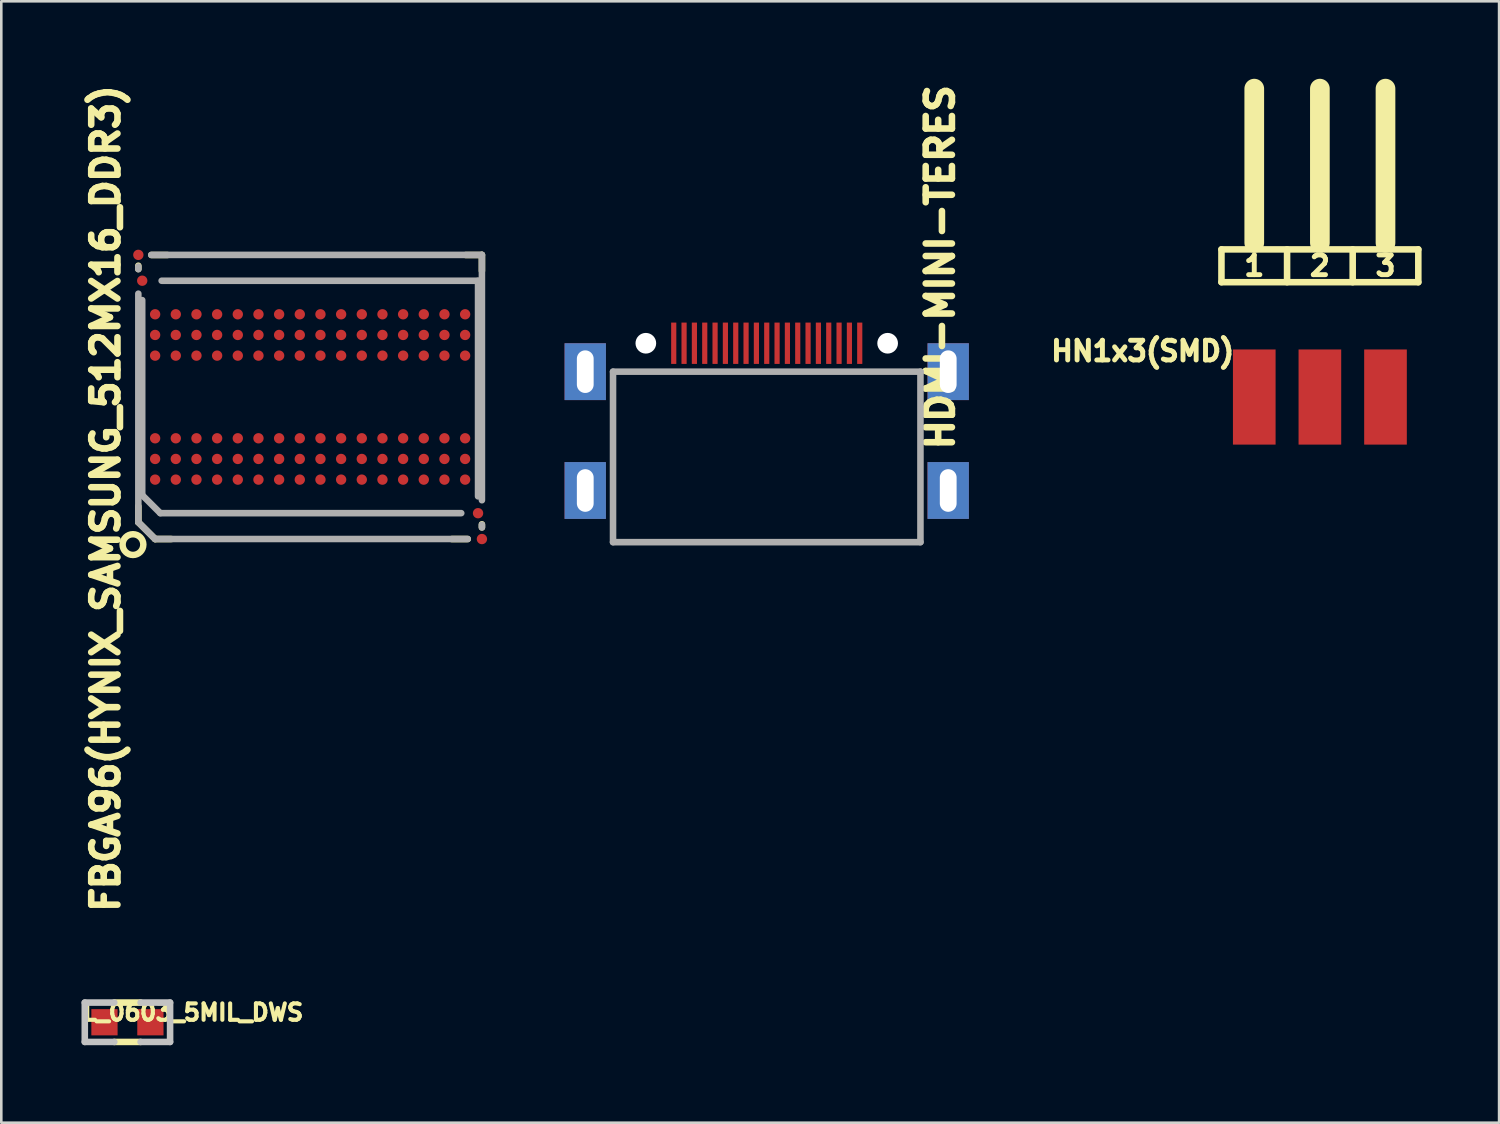
<source format=kicad_pcb>
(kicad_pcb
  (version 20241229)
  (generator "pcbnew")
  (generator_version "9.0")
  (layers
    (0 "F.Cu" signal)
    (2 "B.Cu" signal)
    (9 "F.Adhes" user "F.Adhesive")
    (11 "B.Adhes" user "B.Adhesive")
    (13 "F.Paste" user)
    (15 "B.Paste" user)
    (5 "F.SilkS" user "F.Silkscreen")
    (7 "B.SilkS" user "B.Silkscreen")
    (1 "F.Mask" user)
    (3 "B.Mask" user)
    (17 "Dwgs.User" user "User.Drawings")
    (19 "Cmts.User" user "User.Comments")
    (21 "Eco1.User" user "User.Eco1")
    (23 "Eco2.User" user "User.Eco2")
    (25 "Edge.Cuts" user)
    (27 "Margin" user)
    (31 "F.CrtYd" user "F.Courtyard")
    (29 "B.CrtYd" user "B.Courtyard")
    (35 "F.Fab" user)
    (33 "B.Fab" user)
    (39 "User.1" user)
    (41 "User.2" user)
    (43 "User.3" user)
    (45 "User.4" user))
  (footprint "HN1x3(SMD)"
    (layer "F.Cu")
    (at 48.042 12.319)
    (property "Reference" "HN1x3(SMD)" (at -6.858 -1.778 0) (layer "F.SilkS") (effects (font (size 0.762 0.762) (thickness 0.191))))
    (attr through_hole)
    (fp_line (start -3.81 -5.715) (end 3.81 -5.715) (stroke (width 0.254) (type solid)) (layer "F.SilkS"))
    (fp_line (start -3.81 -4.445) (end -3.81 -5.715) (stroke (width 0.254) (type solid)) (layer "F.SilkS"))
    (fp_line (start -2.54 -5.969) (end -2.54 -11.938) (stroke (width 0.762) (type solid)) (layer "F.SilkS"))
    (fp_line (start -1.27 -5.715) (end -1.27 -4.445) (stroke (width 0.254) (type solid)) (layer "F.SilkS"))
    (fp_line (start 0 -5.969) (end 0 -11.938) (stroke (width 0.762) (type solid)) (layer "F.SilkS"))
    (fp_line (start 1.27 -5.715) (end 1.27 -4.445) (stroke (width 0.254) (type solid)) (layer "F.SilkS"))
    (fp_line (start 2.54 -5.969) (end 2.54 -11.938) (stroke (width 0.762) (type solid)) (layer "F.SilkS"))
    (fp_line (start 3.81 -5.715) (end 3.81 -4.445) (stroke (width 0.254) (type solid)) (layer "F.SilkS"))
    (fp_line (start 3.81 -4.445) (end -3.81 -4.445) (stroke (width 0.254) (type solid)) (layer "F.SilkS"))
    (fp_text user "1" (at -2.54 -5.08 0) (layer "F.SilkS") (effects (font (size 0.762 0.762) (thickness 0.191))))
    (fp_text user "3" (at 2.54 -5.08 0) (layer "F.SilkS") (effects (font (size 0.762 0.762) (thickness 0.191))))
    (fp_text user "2" (at 0 -5.08 0) (layer "F.SilkS") (effects (font (size 0.762 0.762) (thickness 0.191))))
    (pad "1" smd rect (at -2.54 0) (size 1.651 3.683) (layers "F.Cu" "F.Mask" "F.Paste"))
    (pad "2" smd rect (at 0 0) (size 1.651 3.683) (layers "F.Cu" "F.Mask" "F.Paste"))
    (pad "3" smd rect (at 2.54 0) (size 1.651 3.683) (layers "F.Cu" "F.Mask" "F.Paste")))
  (footprint "HDMI-MINI-TERES"
    (layer "F.Cu")
    (at 26.63 17.937)
    (property "Reference" "HDMI-MINI-TERES" (at 6.712 -10.642 90) (layer "F.SilkS") (effects (font (size 1.016 1.016) (thickness 0.254))))
    (attr through_hole)
    (fp_line (start -5.95 -6.6) (end 5.95 -6.6) (stroke (width 0.254) (type solid)) (layer "F.Fab"))
    (fp_line (start -5.95 0) (end -5.95 -6.6) (stroke (width 0.254) (type solid)) (layer "F.Fab"))
    (fp_line (start -5.95 0) (end 5.95 0) (stroke (width 0.254) (type solid)) (layer "F.Fab"))
    (fp_line (start 5.95 0) (end 5.95 -6.6) (stroke (width 0.254) (type solid)) (layer "F.Fab"))
    (pad "" np_thru_hole circle (at -4.68 -7.7) (size 0.8 0.8) (drill 0.8) (layers "*.Cu" "*.Mask"))
    (pad "" np_thru_hole circle (at 4.68 -7.7) (size 0.8 0.8) (drill 0.8) (layers "*.Cu" "*.Mask"))
    (pad "0" thru_hole rect (at -7.025 -6.6) (size 1.6 2.2) (drill oval 0.65 1.65) (layers "*.Cu" "*.Mask"))
    (pad "0" thru_hole rect (at -7.025 -2) (size 1.6 2.2) (drill oval 0.65 1.65) (layers "*.Cu" "*.Mask"))
    (pad "0" thru_hole rect (at 7.025 -6.6) (size 1.6 2.2) (drill oval 0.65 1.65) (layers "*.Cu" "*.Mask"))
    (pad "0" thru_hole rect (at 7.025 -2) (size 1.6 2.2) (drill oval 0.65 1.65) (layers "*.Cu" "*.Mask"))
    (pad "1" smd rect (at 3.6 -7.7) (size 0.2 1.6) (layers "F.Cu" "F.Mask" "F.Paste"))
    (pad "2" smd rect (at 3.2 -7.7) (size 0.2 1.6) (layers "F.Cu" "F.Mask" "F.Paste"))
    (pad "3" smd rect (at 2.8 -7.7) (size 0.2 1.6) (layers "F.Cu" "F.Mask" "F.Paste"))
    (pad "4" smd rect (at 2.4 -7.7) (size 0.2 1.6) (layers "F.Cu" "F.Mask" "F.Paste"))
    (pad "5" smd rect (at 2 -7.7) (size 0.2 1.6) (layers "F.Cu" "F.Mask" "F.Paste"))
    (pad "6" smd rect (at 1.6 -7.7) (size 0.2 1.6) (layers "F.Cu" "F.Mask" "F.Paste"))
    (pad "7" smd rect (at 1.2 -7.7) (size 0.2 1.6) (layers "F.Cu" "F.Mask" "F.Paste"))
    (pad "8" smd rect (at 0.8 -7.7) (size 0.2 1.6) (layers "F.Cu" "F.Mask" "F.Paste"))
    (pad "9" smd rect (at 0.4 -7.7) (size 0.2 1.6) (layers "F.Cu" "F.Mask" "F.Paste"))
    (pad "10" smd rect (at 0 -7.7) (size 0.2 1.6) (layers "F.Cu" "F.Mask" "F.Paste"))
    (pad "11" smd rect (at -0.4 -7.7) (size 0.2 1.6) (layers "F.Cu" "F.Mask" "F.Paste"))
    (pad "12" smd rect (at -0.8 -7.7) (size 0.2 1.6) (layers "F.Cu" "F.Mask" "F.Paste"))
    (pad "13" smd rect (at -1.2 -7.7) (size 0.2 1.6) (layers "F.Cu" "F.Mask" "F.Paste"))
    (pad "14" smd rect (at -1.6 -7.7) (size 0.2 1.6) (layers "F.Cu" "F.Mask" "F.Paste"))
    (pad "15" smd rect (at -2 -7.7) (size 0.2 1.6) (layers "F.Cu" "F.Mask" "F.Paste"))
    (pad "16" smd rect (at -2.4 -7.7) (size 0.2 1.6) (layers "F.Cu" "F.Mask" "F.Paste"))
    (pad "17" smd rect (at -2.8 -7.7) (size 0.2 1.6) (layers "F.Cu" "F.Mask" "F.Paste"))
    (pad "18" smd rect (at -3.2 -7.7) (size 0.2 1.6) (layers "F.Cu" "F.Mask" "F.Paste"))
    (pad "19" smd rect (at -3.6 -7.7) (size 0.2 1.6) (layers "F.Cu" "F.Mask" "F.Paste")))
  (footprint "FBGA96(HYNIX_SAMSUNG_512MX16_DDR3)"
    (layer "F.Cu")
    (at 8.955 12.316)
    (property "Reference" "FBGA96(HYNIX_SAMSUNG_512MX16_DDR3)" (at -7.915 3.929 90) (layer "F.SilkS") (effects (font (size 1.016 1.016) (thickness 0.254))))
    (attr smd)
    (fp_line (start -6.65 -5.08) (end -6.65 -4.95) (stroke (width 0.254) (type solid)) (layer "F.SilkS"))
    (fp_line (start -6.65 4.23) (end -6.65 4.85) (stroke (width 0.254) (type solid)) (layer "F.SilkS"))
    (fp_line (start -6.145 -5.495) (end -5.525 -5.495) (stroke (width 0.254) (type solid)) (layer "F.SilkS"))
    (fp_line (start -6 5.5) (end -6.65 4.85) (stroke (width 0.254) (type solid)) (layer "F.SilkS"))
    (fp_line (start -5.37 5.5) (end -6 5.5) (stroke (width 0.254) (type solid)) (layer "F.SilkS"))
    (fp_line (start 6.025 -5.495) (end 6.645 -5.495) (stroke (width 0.254) (type solid)) (layer "F.SilkS"))
    (fp_line (start 6.1 5.5) (end 5.48 5.5) (stroke (width 0.254) (type solid)) (layer "F.SilkS"))
    (fp_line (start 6.65 -5.5) (end 6.65 -4.88) (stroke (width 0.254) (type solid)) (layer "F.SilkS"))
    (fp_line (start 6.65 4.93) (end 6.65 5.05) (stroke (width 0.254) (type solid)) (layer "F.SilkS"))
    (fp_circle (center -6.858 5.715) (end -6.477 5.588) (stroke (width 0.25) (type solid)) (fill no) (layer "F.SilkS"))
    (fp_line (start -6.65 -5.05) (end -6.65 -4.948) (stroke (width 0.254) (type solid)) (layer "F.Fab"))
    (fp_line (start -6.65 -3.998) (end -6.65 4.849) (stroke (width 0.254) (type solid)) (layer "F.Fab"))
    (fp_line (start -6.65 4.849) (end -5.999 5.499) (stroke (width 0.254) (type solid)) (layer "F.Fab"))
    (fp_line (start -6.5 -3.749) (end -6.5 3.8) (stroke (width 0.254) (type solid)) (layer "F.Fab"))
    (fp_line (start -6.5 3.8) (end -5.799 4.498) (stroke (width 0.254) (type solid)) (layer "F.Fab"))
    (fp_line (start -5.999 5.499) (end 6.099 5.499) (stroke (width 0.254) (type solid)) (layer "F.Fab"))
    (fp_line (start -5.799 4.498) (end 5.85 4.498) (stroke (width 0.254) (type solid)) (layer "F.Fab"))
    (fp_line (start 6.5 -4.498) (end -5.748 -4.498) (stroke (width 0.254) (type solid)) (layer "F.Fab"))
    (fp_line (start 6.5 3.848) (end 6.5 -4.498) (stroke (width 0.254) (type solid)) (layer "F.Fab"))
    (fp_line (start 6.65 -5.499) (end -6.149 -5.499) (stroke (width 0.254) (type solid)) (layer "F.Fab"))
    (fp_line (start 6.65 3.998) (end 6.65 -5.499) (stroke (width 0.254) (type solid)) (layer "F.Fab"))
    (fp_line (start 6.65 5.05) (end 6.65 4.948) (stroke (width 0.254) (type solid)) (layer "F.Fab"))
    (pad "A1" smd circle (at -6 3.2 90) (size 0.4 0.4) (layers "F.Cu" "F.Mask" "F.Paste"))
    (pad "A2" smd circle (at -6 2.4 90) (size 0.4 0.4) (layers "F.Cu" "F.Mask" "F.Paste"))
    (pad "A3" smd circle (at -6 1.6 90) (size 0.4 0.4) (layers "F.Cu" "F.Mask" "F.Paste"))
    (pad "A7" smd circle (at -6 -1.6 90) (size 0.4 0.4) (layers "F.Cu" "F.Mask" "F.Paste"))
    (pad "A8" smd circle (at -6 -2.4 90) (size 0.4 0.4) (layers "F.Cu" "F.Mask" "F.Paste"))
    (pad "A9" smd circle (at -6 -3.2 90) (size 0.4 0.4) (layers "F.Cu" "F.Mask" "F.Paste"))
    (pad "B1" smd circle (at -5.2 3.2 90) (size 0.4 0.4) (layers "F.Cu" "F.Mask" "F.Paste"))
    (pad "B2" smd circle (at -5.2 2.4 90) (size 0.4 0.4) (layers "F.Cu" "F.Mask" "F.Paste"))
    (pad "B3" smd circle (at -5.2 1.6 90) (size 0.4 0.4) (layers "F.Cu" "F.Mask" "F.Paste"))
    (pad "B7" smd circle (at -5.2 -1.6 90) (size 0.4 0.4) (layers "F.Cu" "F.Mask" "F.Paste"))
    (pad "B8" smd circle (at -5.2 -2.4 90) (size 0.4 0.4) (layers "F.Cu" "F.Mask" "F.Paste"))
    (pad "B9" smd circle (at -5.2 -3.2 90) (size 0.4 0.4) (layers "F.Cu" "F.Mask" "F.Paste"))
    (pad "C1" smd circle (at -4.4 3.2 90) (size 0.4 0.4) (layers "F.Cu" "F.Mask" "F.Paste"))
    (pad "C2" smd circle (at -4.4 2.4 90) (size 0.4 0.4) (layers "F.Cu" "F.Mask" "F.Paste"))
    (pad "C3" smd circle (at -4.4 1.6 90) (size 0.4 0.4) (layers "F.Cu" "F.Mask" "F.Paste"))
    (pad "C7" smd circle (at -4.4 -1.6 90) (size 0.4 0.4) (layers "F.Cu" "F.Mask" "F.Paste"))
    (pad "C8" smd circle (at -4.4 -2.4 90) (size 0.4 0.4) (layers "F.Cu" "F.Mask" "F.Paste"))
    (pad "C9" smd circle (at -4.4 -3.2 90) (size 0.4 0.4) (layers "F.Cu" "F.Mask" "F.Paste"))
    (pad "D1" smd circle (at -3.6 3.2 90) (size 0.4 0.4) (layers "F.Cu" "F.Mask" "F.Paste"))
    (pad "D2" smd circle (at -3.6 2.4 90) (size 0.4 0.4) (layers "F.Cu" "F.Mask" "F.Paste"))
    (pad "D3" smd circle (at -3.6 1.6 90) (size 0.4 0.4) (layers "F.Cu" "F.Mask" "F.Paste"))
    (pad "D7" smd circle (at -3.6 -1.6 90) (size 0.4 0.4) (layers "F.Cu" "F.Mask" "F.Paste"))
    (pad "D8" smd circle (at -3.6 -2.4 90) (size 0.4 0.4) (layers "F.Cu" "F.Mask" "F.Paste"))
    (pad "D9" smd circle (at -3.6 -3.2 90) (size 0.4 0.4) (layers "F.Cu" "F.Mask" "F.Paste"))
    (pad "E1" smd circle (at -2.8 3.2 90) (size 0.4 0.4) (layers "F.Cu" "F.Mask" "F.Paste"))
    (pad "E2" smd circle (at -2.8 2.4 90) (size 0.4 0.4) (layers "F.Cu" "F.Mask" "F.Paste"))
    (pad "E3" smd circle (at -2.8 1.6 90) (size 0.4 0.4) (layers "F.Cu" "F.Mask" "F.Paste"))
    (pad "E7" smd circle (at -2.8 -1.6 90) (size 0.4 0.4) (layers "F.Cu" "F.Mask" "F.Paste"))
    (pad "E8" smd circle (at -2.8 -2.4 90) (size 0.4 0.4) (layers "F.Cu" "F.Mask" "F.Paste"))
    (pad "E9" smd circle (at -2.8 -3.2 90) (size 0.4 0.4) (layers "F.Cu" "F.Mask" "F.Paste"))
    (pad "F1" smd circle (at -2 3.2 90) (size 0.4 0.4) (layers "F.Cu" "F.Mask" "F.Paste"))
    (pad "F2" smd circle (at -2 2.4 90) (size 0.4 0.4) (layers "F.Cu" "F.Mask" "F.Paste"))
    (pad "F3" smd circle (at -2 1.6 90) (size 0.4 0.4) (layers "F.Cu" "F.Mask" "F.Paste"))
    (pad "F7" smd circle (at -2 -1.6 90) (size 0.4 0.4) (layers "F.Cu" "F.Mask" "F.Paste"))
    (pad "F8" smd circle (at -2 -2.4 90) (size 0.4 0.4) (layers "F.Cu" "F.Mask" "F.Paste"))
    (pad "F9" smd circle (at -2 -3.2 90) (size 0.4 0.4) (layers "F.Cu" "F.Mask" "F.Paste"))
    (pad "FID1" smd circle (at 6.5 4.5 90) (size 0.4 0.4) (layers "F.Cu" "F.Mask"))
    (pad "FID2" smd circle (at -6.5 -4.5 90) (size 0.4 0.4) (layers "F.Cu" "F.Mask"))
    (pad "FID3" smd circle (at 6.65 5.5 90) (size 0.4 0.4) (layers "F.Cu" "F.Mask"))
    (pad "FID4" smd circle (at -6.65 -5.5 90) (size 0.4 0.4) (layers "F.Cu" "F.Mask"))
    (pad "G1" smd circle (at -1.2 3.2 90) (size 0.4 0.4) (layers "F.Cu" "F.Mask" "F.Paste"))
    (pad "G2" smd circle (at -1.2 2.4 90) (size 0.4 0.4) (layers "F.Cu" "F.Mask" "F.Paste"))
    (pad "G3" smd circle (at -1.2 1.6 90) (size 0.4 0.4) (layers "F.Cu" "F.Mask" "F.Paste"))
    (pad "G7" smd circle (at -1.2 -1.6 90) (size 0.4 0.4) (layers "F.Cu" "F.Mask" "F.Paste"))
    (pad "G8" smd circle (at -1.2 -2.4 90) (size 0.4 0.4) (layers "F.Cu" "F.Mask" "F.Paste"))
    (pad "G9" smd circle (at -1.2 -3.2 90) (size 0.4 0.4) (layers "F.Cu" "F.Mask" "F.Paste"))
    (pad "H1" smd circle (at -0.4 3.2 90) (size 0.4 0.4) (layers "F.Cu" "F.Mask" "F.Paste"))
    (pad "H2" smd circle (at -0.4 2.4 90) (size 0.4 0.4) (layers "F.Cu" "F.Mask" "F.Paste"))
    (pad "H3" smd circle (at -0.4 1.6 90) (size 0.4 0.4) (layers "F.Cu" "F.Mask" "F.Paste"))
    (pad "H7" smd circle (at -0.4 -1.6 90) (size 0.4 0.4) (layers "F.Cu" "F.Mask" "F.Paste"))
    (pad "H8" smd circle (at -0.4 -2.4 90) (size 0.4 0.4) (layers "F.Cu" "F.Mask" "F.Paste"))
    (pad "H9" smd circle (at -0.4 -3.2 90) (size 0.4 0.4) (layers "F.Cu" "F.Mask" "F.Paste"))
    (pad "J1" smd circle (at 0.4 3.2 90) (size 0.4 0.4) (layers "F.Cu" "F.Mask" "F.Paste"))
    (pad "J2" smd circle (at 0.4 2.4 90) (size 0.4 0.4) (layers "F.Cu" "F.Mask" "F.Paste"))
    (pad "J3" smd circle (at 0.4 1.6 90) (size 0.4 0.4) (layers "F.Cu" "F.Mask" "F.Paste"))
    (pad "J7" smd circle (at 0.4 -1.6 90) (size 0.4 0.4) (layers "F.Cu" "F.Mask" "F.Paste"))
    (pad "J8" smd circle (at 0.4 -2.4 90) (size 0.4 0.4) (layers "F.Cu" "F.Mask" "F.Paste"))
    (pad "J9" smd circle (at 0.4 -3.2 90) (size 0.4 0.4) (layers "F.Cu" "F.Mask" "F.Paste"))
    (pad "K1" smd circle (at 1.2 3.2 90) (size 0.4 0.4) (layers "F.Cu" "F.Mask" "F.Paste"))
    (pad "K2" smd circle (at 1.2 2.4 90) (size 0.4 0.4) (layers "F.Cu" "F.Mask" "F.Paste"))
    (pad "K3" smd circle (at 1.2 1.6 90) (size 0.4 0.4) (layers "F.Cu" "F.Mask" "F.Paste"))
    (pad "K7" smd circle (at 1.2 -1.6 90) (size 0.4 0.4) (layers "F.Cu" "F.Mask" "F.Paste"))
    (pad "K8" smd circle (at 1.2 -2.4 90) (size 0.4 0.4) (layers "F.Cu" "F.Mask" "F.Paste"))
    (pad "K9" smd circle (at 1.2 -3.2 90) (size 0.4 0.4) (layers "F.Cu" "F.Mask" "F.Paste"))
    (pad "L1" smd circle (at 2 3.2 90) (size 0.4 0.4) (layers "F.Cu" "F.Mask" "F.Paste"))
    (pad "L2" smd circle (at 2 2.4 90) (size 0.4 0.4) (layers "F.Cu" "F.Mask" "F.Paste"))
    (pad "L3" smd circle (at 2 1.6 90) (size 0.4 0.4) (layers "F.Cu" "F.Mask" "F.Paste"))
    (pad "L7" smd circle (at 2 -1.6 90) (size 0.4 0.4) (layers "F.Cu" "F.Mask" "F.Paste"))
    (pad "L8" smd circle (at 2 -2.4 90) (size 0.4 0.4) (layers "F.Cu" "F.Mask" "F.Paste"))
    (pad "L9" smd circle (at 2 -3.2 90) (size 0.4 0.4) (layers "F.Cu" "F.Mask" "F.Paste"))
    (pad "M1" smd circle (at 2.8 3.2 90) (size 0.4 0.4) (layers "F.Cu" "F.Mask" "F.Paste"))
    (pad "M2" smd circle (at 2.8 2.4 90) (size 0.4 0.4) (layers "F.Cu" "F.Mask" "F.Paste"))
    (pad "M3" smd circle (at 2.8 1.6 90) (size 0.4 0.4) (layers "F.Cu" "F.Mask" "F.Paste"))
    (pad "M7" smd circle (at 2.8 -1.6 90) (size 0.4 0.4) (layers "F.Cu" "F.Mask" "F.Paste"))
    (pad "M8" smd circle (at 2.8 -2.4 90) (size 0.4 0.4) (layers "F.Cu" "F.Mask" "F.Paste"))
    (pad "M9" smd circle (at 2.8 -3.2 90) (size 0.4 0.4) (layers "F.Cu" "F.Mask" "F.Paste"))
    (pad "N1" smd circle (at 3.6 3.2 90) (size 0.4 0.4) (layers "F.Cu" "F.Mask" "F.Paste"))
    (pad "N2" smd circle (at 3.6 2.4 90) (size 0.4 0.4) (layers "F.Cu" "F.Mask" "F.Paste"))
    (pad "N3" smd circle (at 3.6 1.6 90) (size 0.4 0.4) (layers "F.Cu" "F.Mask" "F.Paste"))
    (pad "N7" smd circle (at 3.6 -1.6 90) (size 0.4 0.4) (layers "F.Cu" "F.Mask" "F.Paste"))
    (pad "N8" smd circle (at 3.6 -2.4 90) (size 0.4 0.4) (layers "F.Cu" "F.Mask" "F.Paste"))
    (pad "N9" smd circle (at 3.6 -3.2 90) (size 0.4 0.4) (layers "F.Cu" "F.Mask" "F.Paste"))
    (pad "P1" smd circle (at 4.4 3.2 90) (size 0.4 0.4) (layers "F.Cu" "F.Mask" "F.Paste"))
    (pad "P2" smd circle (at 4.4 2.4 90) (size 0.4 0.4) (layers "F.Cu" "F.Mask" "F.Paste"))
    (pad "P3" smd circle (at 4.4 1.6 90) (size 0.4 0.4) (layers "F.Cu" "F.Mask" "F.Paste"))
    (pad "P7" smd circle (at 4.4 -1.6 90) (size 0.4 0.4) (layers "F.Cu" "F.Mask" "F.Paste"))
    (pad "P8" smd circle (at 4.4 -2.4 90) (size 0.4 0.4) (layers "F.Cu" "F.Mask" "F.Paste"))
    (pad "P9" smd circle (at 4.4 -3.2 90) (size 0.4 0.4) (layers "F.Cu" "F.Mask" "F.Paste"))
    (pad "R1" smd circle (at 5.2 3.2 90) (size 0.4 0.4) (layers "F.Cu" "F.Mask" "F.Paste"))
    (pad "R2" smd circle (at 5.2 2.4 90) (size 0.4 0.4) (layers "F.Cu" "F.Mask" "F.Paste"))
    (pad "R3" smd circle (at 5.2 1.6 90) (size 0.4 0.4) (layers "F.Cu" "F.Mask" "F.Paste"))
    (pad "R7" smd circle (at 5.2 -1.6 90) (size 0.4 0.4) (layers "F.Cu" "F.Mask" "F.Paste"))
    (pad "R8" smd circle (at 5.2 -2.4 90) (size 0.4 0.4) (layers "F.Cu" "F.Mask" "F.Paste"))
    (pad "R9" smd circle (at 5.2 -3.2 90) (size 0.4 0.4) (layers "F.Cu" "F.Mask" "F.Paste"))
    (pad "T1" smd circle (at 6 3.2 90) (size 0.4 0.4) (layers "F.Cu" "F.Mask" "F.Paste"))
    (pad "T2" smd circle (at 6 2.4 90) (size 0.4 0.4) (layers "F.Cu" "F.Mask" "F.Paste"))
    (pad "T3" smd circle (at 6 1.6 90) (size 0.4 0.4) (layers "F.Cu" "F.Mask" "F.Paste"))
    (pad "T7" smd circle (at 6 -1.6 90) (size 0.4 0.4) (layers "F.Cu" "F.Mask" "F.Paste"))
    (pad "T8" smd circle (at 6 -2.4 90) (size 0.4 0.4) (layers "F.Cu" "F.Mask" "F.Paste"))
    (pad "T9" smd circle (at 6 -3.2 90) (size 0.4 0.4) (layers "F.Cu" "F.Mask" "F.Paste")))
  (footprint "L_0603_5MIL_DWS"
    (layer "F.Cu")
    (at 1.883 36.521)
    (property "Reference" "L_0603_5MIL_DWS" (at 2.54 -0.381 0) (layer "F.SilkS") (effects (font (size 0.635 0.635) (thickness 0.159))))
    (attr smd)
    (fp_line (start -0.508 -0.762) (end 0.508 -0.762) (stroke (width 0.254) (type solid)) (layer "F.SilkS"))
    (fp_line (start -0.508 0.762) (end 0.508 0.762) (stroke (width 0.254) (type solid)) (layer "F.SilkS"))
    (fp_line (start -1.651 -0.762) (end -1.651 0.762) (stroke (width 0.254) (type solid)) (layer "Dwgs.User"))
    (fp_line (start -1.651 0.762) (end -0.508 0.762) (stroke (width 0.254) (type solid)) (layer "Dwgs.User"))
    (fp_line (start -0.508 -0.762) (end -1.651 -0.762) (stroke (width 0.254) (type solid)) (layer "Dwgs.User"))
    (fp_line (start 0.508 -0.762) (end 1.651 -0.762) (stroke (width 0.254) (type solid)) (layer "Dwgs.User"))
    (fp_line (start 1.651 -0.762) (end 1.651 0.762) (stroke (width 0.254) (type solid)) (layer "Dwgs.User"))
    (fp_line (start 1.651 0.762) (end 0.508 0.762) (stroke (width 0.254) (type solid)) (layer "Dwgs.User"))
    (pad "1" smd rect (at -0.889 0) (size 1.016 1.016) (layers "F.Cu" "F.Mask" "F.Paste"))
    (pad "2" smd rect (at 0.889 0) (size 1.016 1.016) (layers "F.Cu" "F.Mask" "F.Paste")))
  (gr_rect
    (start -3 -3)
    (end 54.979 40.41)
    (stroke (width 0.1) (type default))
    (fill no)
    (layer "Edge.Cuts")))
</source>
